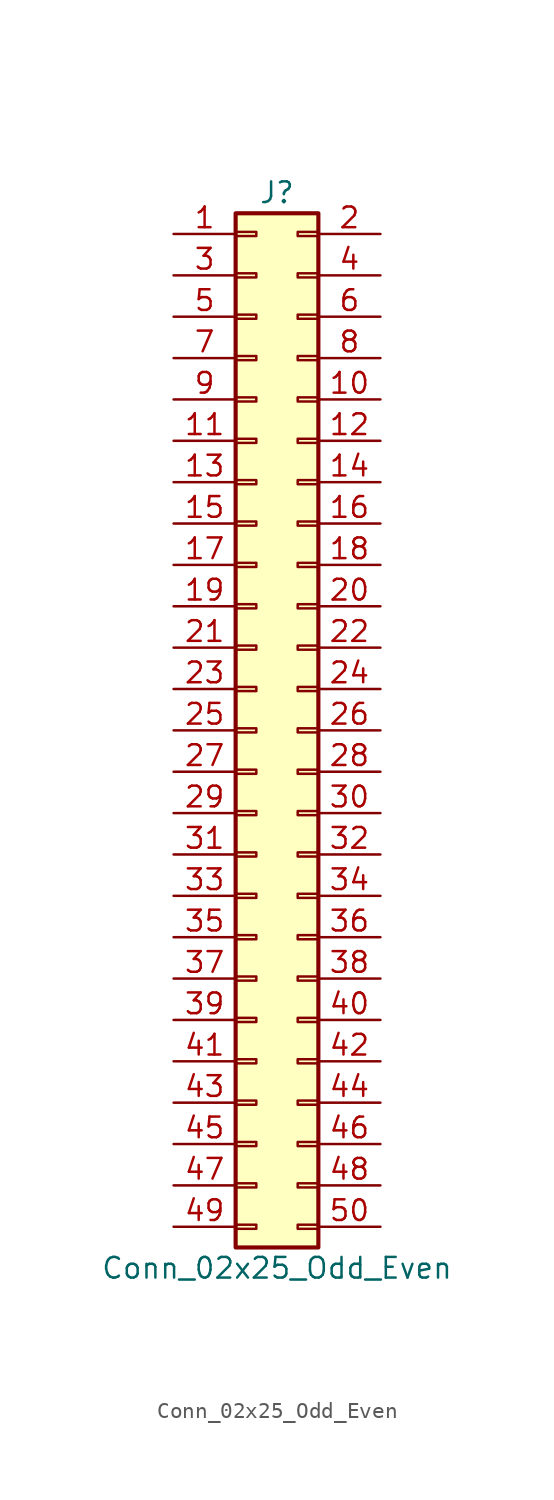
<source format=kicad_sym>
(kicad_symbol_lib
  (version 20201005)
  (generator kicad_symbol_editor)
  (symbol "Connector_Generic:Conn_02x25_Odd_Even"
    (pin_names
      (offset 1.016) hide)
    (property "Reference" "J"
      (at 1.27 33.02 0)
      (effects (font (size 1.27 1.27))))
    (property "Value" "Conn_02x25_Odd_Even"
      (at 1.27 -33.02 0)
      (effects (font (size 1.27 1.27))))
    (symbol "Conn_02x25_Odd_Even_1_1"
      (rectangle (start -1.27 -27.813) (end 0 -28.067) (stroke (width 0.152)) (fill (type none)))
      (rectangle (start -1.27 -30.353) (end 0 -30.607) (stroke (width 0.152)) (fill (type none)))
      (rectangle (start -1.27 -4.953) (end 0 -5.207) (stroke (width 0.152)) (fill (type none)))
      (rectangle (start -1.27 -7.493) (end 0 -7.747) (stroke (width 0.152)) (fill (type none)))
      (rectangle (start -1.27 -10.033) (end 0 -10.287) (stroke (width 0.152)) (fill (type none)))
      (rectangle (start -1.27 -12.573) (end 0 -12.827) (stroke (width 0.152)) (fill (type none)))
      (rectangle (start -1.27 -15.113) (end 0 -15.367) (stroke (width 0.152)) (fill (type none)))
      (rectangle (start -1.27 -17.653) (end 0 -17.907) (stroke (width 0.152)) (fill (type none)))
      (rectangle (start -1.27 -20.193) (end 0 -20.447) (stroke (width 0.152)) (fill (type none)))
      (rectangle (start -1.27 -22.733) (end 0 -22.987) (stroke (width 0.152)) (fill (type none)))
      (rectangle (start -1.27 -2.413) (end 0 -2.667) (stroke (width 0.152)) (fill (type none)))
      (rectangle (start -1.27 -25.273) (end 0 -25.527) (stroke (width 0.152)) (fill (type none)))
      (rectangle (start -1.27 25.527) (end 0 25.273) (stroke (width 0.152)) (fill (type none)))
      (rectangle (start -1.27 2.667) (end 0 2.413) (stroke (width 0.152)) (fill (type none)))
      (rectangle (start -1.27 28.067) (end 0 27.813) (stroke (width 0.152)) (fill (type none)))
      (rectangle (start -1.27 30.607) (end 0 30.353) (stroke (width 0.152)) (fill (type none)))
      (rectangle (start -1.27 31.75) (end 3.81 -31.75) (stroke (width 0.254)) (fill (type background)))
      (rectangle (start -1.27 5.207) (end 0 4.953) (stroke (width 0.152)) (fill (type none)))
      (rectangle (start -1.27 7.747) (end 0 7.493) (stroke (width 0.152)) (fill (type none)))
      (rectangle (start -1.27 10.287) (end 0 10.033) (stroke (width 0.152)) (fill (type none)))
      (rectangle (start -1.27 0.127) (end 0 -0.127) (stroke (width 0.152)) (fill (type none)))
      (rectangle (start -1.27 12.827) (end 0 12.573) (stroke (width 0.152)) (fill (type none)))
      (rectangle (start -1.27 15.367) (end 0 15.113) (stroke (width 0.152)) (fill (type none)))
      (rectangle (start -1.27 17.907) (end 0 17.653) (stroke (width 0.152)) (fill (type none)))
      (rectangle (start -1.27 20.447) (end 0 20.193) (stroke (width 0.152)) (fill (type none)))
      (rectangle (start -1.27 22.987) (end 0 22.733) (stroke (width 0.152)) (fill (type none)))
      (rectangle (start 3.81 -27.813) (end 2.54 -28.067) (stroke (width 0.152)) (fill (type none)))
      (rectangle (start 3.81 -30.353) (end 2.54 -30.607) (stroke (width 0.152)) (fill (type none)))
      (rectangle (start 3.81 -4.953) (end 2.54 -5.207) (stroke (width 0.152)) (fill (type none)))
      (rectangle (start 3.81 -7.493) (end 2.54 -7.747) (stroke (width 0.152)) (fill (type none)))
      (rectangle (start 3.81 -10.033) (end 2.54 -10.287) (stroke (width 0.152)) (fill (type none)))
      (rectangle (start 3.81 -12.573) (end 2.54 -12.827) (stroke (width 0.152)) (fill (type none)))
      (rectangle (start 3.81 -15.113) (end 2.54 -15.367) (stroke (width 0.152)) (fill (type none)))
      (rectangle (start 3.81 -17.653) (end 2.54 -17.907) (stroke (width 0.152)) (fill (type none)))
      (rectangle (start 3.81 -20.193) (end 2.54 -20.447) (stroke (width 0.152)) (fill (type none)))
      (rectangle (start 3.81 -22.733) (end 2.54 -22.987) (stroke (width 0.152)) (fill (type none)))
      (rectangle (start 3.81 -2.413) (end 2.54 -2.667) (stroke (width 0.152)) (fill (type none)))
      (rectangle (start 3.81 -25.273) (end 2.54 -25.527) (stroke (width 0.152)) (fill (type none)))
      (rectangle (start 3.81 25.527) (end 2.54 25.273) (stroke (width 0.152)) (fill (type none)))
      (rectangle (start 3.81 2.667) (end 2.54 2.413) (stroke (width 0.152)) (fill (type none)))
      (rectangle (start 3.81 28.067) (end 2.54 27.813) (stroke (width 0.152)) (fill (type none)))
      (rectangle (start 3.81 30.607) (end 2.54 30.353) (stroke (width 0.152)) (fill (type none)))
      (rectangle (start 3.81 5.207) (end 2.54 4.953) (stroke (width 0.152)) (fill (type none)))
      (rectangle (start 3.81 7.747) (end 2.54 7.493) (stroke (width 0.152)) (fill (type none)))
      (rectangle (start 3.81 10.287) (end 2.54 10.033) (stroke (width 0.152)) (fill (type none)))
      (rectangle (start 3.81 0.127) (end 2.54 -0.127) (stroke (width 0.152)) (fill (type none)))
      (rectangle (start 3.81 12.827) (end 2.54 12.573) (stroke (width 0.152)) (fill (type none)))
      (rectangle (start 3.81 15.367) (end 2.54 15.113) (stroke (width 0.152)) (fill (type none)))
      (rectangle (start 3.81 17.907) (end 2.54 17.653) (stroke (width 0.152)) (fill (type none)))
      (rectangle (start 3.81 20.447) (end 2.54 20.193) (stroke (width 0.152)) (fill (type none)))
      (rectangle (start 3.81 22.987) (end 2.54 22.733) (stroke (width 0.152)) (fill (type none)))
      (pin passive line (at -5.08 30.48 0) (length 3.81) (name "Pin_1" (effects (font (size 1.27 1.27)))) (number "1" (effects (font (size 1.27 1.27)))))
      (pin passive line (at 7.62 20.32 180) (length 3.81) (name "Pin_10" (effects (font (size 1.27 1.27)))) (number "10" (effects (font (size 1.27 1.27)))))
      (pin passive line (at -5.08 17.78 0) (length 3.81) (name "Pin_11" (effects (font (size 1.27 1.27)))) (number "11" (effects (font (size 1.27 1.27)))))
      (pin passive line (at 7.62 17.78 180) (length 3.81) (name "Pin_12" (effects (font (size 1.27 1.27)))) (number "12" (effects (font (size 1.27 1.27)))))
      (pin passive line (at -5.08 15.24 0) (length 3.81) (name "Pin_13" (effects (font (size 1.27 1.27)))) (number "13" (effects (font (size 1.27 1.27)))))
      (pin passive line (at 7.62 15.24 180) (length 3.81) (name "Pin_14" (effects (font (size 1.27 1.27)))) (number "14" (effects (font (size 1.27 1.27)))))
      (pin passive line (at -5.08 12.7 0) (length 3.81) (name "Pin_15" (effects (font (size 1.27 1.27)))) (number "15" (effects (font (size 1.27 1.27)))))
      (pin passive line (at 7.62 12.7 180) (length 3.81) (name "Pin_16" (effects (font (size 1.27 1.27)))) (number "16" (effects (font (size 1.27 1.27)))))
      (pin passive line (at -5.08 10.16 0) (length 3.81) (name "Pin_17" (effects (font (size 1.27 1.27)))) (number "17" (effects (font (size 1.27 1.27)))))
      (pin passive line (at 7.62 10.16 180) (length 3.81) (name "Pin_18" (effects (font (size 1.27 1.27)))) (number "18" (effects (font (size 1.27 1.27)))))
      (pin passive line (at -5.08 7.62 0) (length 3.81) (name "Pin_19" (effects (font (size 1.27 1.27)))) (number "19" (effects (font (size 1.27 1.27)))))
      (pin passive line (at 7.62 30.48 180) (length 3.81) (name "Pin_2" (effects (font (size 1.27 1.27)))) (number "2" (effects (font (size 1.27 1.27)))))
      (pin passive line (at 7.62 7.62 180) (length 3.81) (name "Pin_20" (effects (font (size 1.27 1.27)))) (number "20" (effects (font (size 1.27 1.27)))))
      (pin passive line (at -5.08 5.08 0) (length 3.81) (name "Pin_21" (effects (font (size 1.27 1.27)))) (number "21" (effects (font (size 1.27 1.27)))))
      (pin passive line (at 7.62 5.08 180) (length 3.81) (name "Pin_22" (effects (font (size 1.27 1.27)))) (number "22" (effects (font (size 1.27 1.27)))))
      (pin passive line (at -5.08 2.54 0) (length 3.81) (name "Pin_23" (effects (font (size 1.27 1.27)))) (number "23" (effects (font (size 1.27 1.27)))))
      (pin passive line (at 7.62 2.54 180) (length 3.81) (name "Pin_24" (effects (font (size 1.27 1.27)))) (number "24" (effects (font (size 1.27 1.27)))))
      (pin passive line (at -5.08 0 0) (length 3.81) (name "Pin_25" (effects (font (size 1.27 1.27)))) (number "25" (effects (font (size 1.27 1.27)))))
      (pin passive line (at 7.62 0 180) (length 3.81) (name "Pin_26" (effects (font (size 1.27 1.27)))) (number "26" (effects (font (size 1.27 1.27)))))
      (pin passive line (at -5.08 -2.54 0) (length 3.81) (name "Pin_27" (effects (font (size 1.27 1.27)))) (number "27" (effects (font (size 1.27 1.27)))))
      (pin passive line (at 7.62 -2.54 180) (length 3.81) (name "Pin_28" (effects (font (size 1.27 1.27)))) (number "28" (effects (font (size 1.27 1.27)))))
      (pin passive line (at -5.08 -5.08 0) (length 3.81) (name "Pin_29" (effects (font (size 1.27 1.27)))) (number "29" (effects (font (size 1.27 1.27)))))
      (pin passive line (at -5.08 27.94 0) (length 3.81) (name "Pin_3" (effects (font (size 1.27 1.27)))) (number "3" (effects (font (size 1.27 1.27)))))
      (pin passive line (at 7.62 -5.08 180) (length 3.81) (name "Pin_30" (effects (font (size 1.27 1.27)))) (number "30" (effects (font (size 1.27 1.27)))))
      (pin passive line (at -5.08 -7.62 0) (length 3.81) (name "Pin_31" (effects (font (size 1.27 1.27)))) (number "31" (effects (font (size 1.27 1.27)))))
      (pin passive line (at 7.62 -7.62 180) (length 3.81) (name "Pin_32" (effects (font (size 1.27 1.27)))) (number "32" (effects (font (size 1.27 1.27)))))
      (pin passive line (at -5.08 -10.16 0) (length 3.81) (name "Pin_33" (effects (font (size 1.27 1.27)))) (number "33" (effects (font (size 1.27 1.27)))))
      (pin passive line (at 7.62 -10.16 180) (length 3.81) (name "Pin_34" (effects (font (size 1.27 1.27)))) (number "34" (effects (font (size 1.27 1.27)))))
      (pin passive line (at -5.08 -12.7 0) (length 3.81) (name "Pin_35" (effects (font (size 1.27 1.27)))) (number "35" (effects (font (size 1.27 1.27)))))
      (pin passive line (at 7.62 -12.7 180) (length 3.81) (name "Pin_36" (effects (font (size 1.27 1.27)))) (number "36" (effects (font (size 1.27 1.27)))))
      (pin passive line (at -5.08 -15.24 0) (length 3.81) (name "Pin_37" (effects (font (size 1.27 1.27)))) (number "37" (effects (font (size 1.27 1.27)))))
      (pin passive line (at 7.62 -15.24 180) (length 3.81) (name "Pin_38" (effects (font (size 1.27 1.27)))) (number "38" (effects (font (size 1.27 1.27)))))
      (pin passive line (at -5.08 -17.78 0) (length 3.81) (name "Pin_39" (effects (font (size 1.27 1.27)))) (number "39" (effects (font (size 1.27 1.27)))))
      (pin passive line (at 7.62 27.94 180) (length 3.81) (name "Pin_4" (effects (font (size 1.27 1.27)))) (number "4" (effects (font (size 1.27 1.27)))))
      (pin passive line (at 7.62 -17.78 180) (length 3.81) (name "Pin_40" (effects (font (size 1.27 1.27)))) (number "40" (effects (font (size 1.27 1.27)))))
      (pin passive line (at -5.08 -20.32 0) (length 3.81) (name "Pin_41" (effects (font (size 1.27 1.27)))) (number "41" (effects (font (size 1.27 1.27)))))
      (pin passive line (at 7.62 -20.32 180) (length 3.81) (name "Pin_42" (effects (font (size 1.27 1.27)))) (number "42" (effects (font (size 1.27 1.27)))))
      (pin passive line (at -5.08 -22.86 0) (length 3.81) (name "Pin_43" (effects (font (size 1.27 1.27)))) (number "43" (effects (font (size 1.27 1.27)))))
      (pin passive line (at 7.62 -22.86 180) (length 3.81) (name "Pin_44" (effects (font (size 1.27 1.27)))) (number "44" (effects (font (size 1.27 1.27)))))
      (pin passive line (at -5.08 -25.4 0) (length 3.81) (name "Pin_45" (effects (font (size 1.27 1.27)))) (number "45" (effects (font (size 1.27 1.27)))))
      (pin passive line (at 7.62 -25.4 180) (length 3.81) (name "Pin_46" (effects (font (size 1.27 1.27)))) (number "46" (effects (font (size 1.27 1.27)))))
      (pin passive line (at -5.08 -27.94 0) (length 3.81) (name "Pin_47" (effects (font (size 1.27 1.27)))) (number "47" (effects (font (size 1.27 1.27)))))
      (pin passive line (at 7.62 -27.94 180) (length 3.81) (name "Pin_48" (effects (font (size 1.27 1.27)))) (number "48" (effects (font (size 1.27 1.27)))))
      (pin passive line (at -5.08 -30.48 0) (length 3.81) (name "Pin_49" (effects (font (size 1.27 1.27)))) (number "49" (effects (font (size 1.27 1.27)))))
      (pin passive line (at -5.08 25.4 0) (length 3.81) (name "Pin_5" (effects (font (size 1.27 1.27)))) (number "5" (effects (font (size 1.27 1.27)))))
      (pin passive line (at 7.62 -30.48 180) (length 3.81) (name "Pin_50" (effects (font (size 1.27 1.27)))) (number "50" (effects (font (size 1.27 1.27)))))
      (pin passive line (at 7.62 25.4 180) (length 3.81) (name "Pin_6" (effects (font (size 1.27 1.27)))) (number "6" (effects (font (size 1.27 1.27)))))
      (pin passive line (at -5.08 22.86 0) (length 3.81) (name "Pin_7" (effects (font (size 1.27 1.27)))) (number "7" (effects (font (size 1.27 1.27)))))
      (pin passive line (at 7.62 22.86 180) (length 3.81) (name "Pin_8" (effects (font (size 1.27 1.27)))) (number "8" (effects (font (size 1.27 1.27)))))
      (pin passive line (at -5.08 20.32 0) (length 3.81) (name "Pin_9" (effects (font (size 1.27 1.27)))) (number "9" (effects (font (size 1.27 1.27))))))))
</source>
